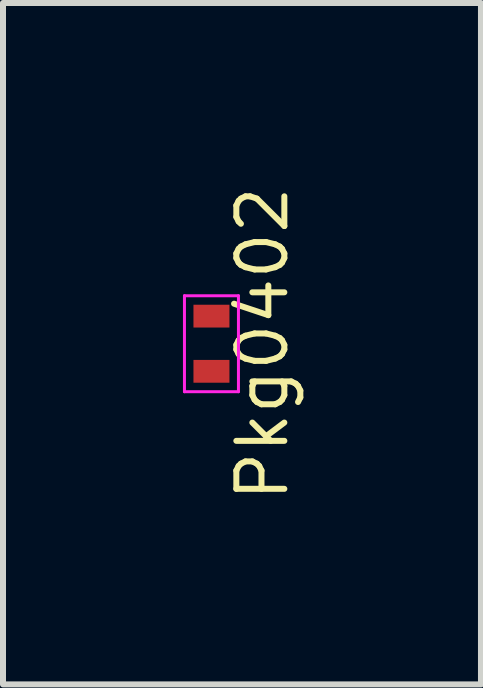
<source format=kicad_pcb>
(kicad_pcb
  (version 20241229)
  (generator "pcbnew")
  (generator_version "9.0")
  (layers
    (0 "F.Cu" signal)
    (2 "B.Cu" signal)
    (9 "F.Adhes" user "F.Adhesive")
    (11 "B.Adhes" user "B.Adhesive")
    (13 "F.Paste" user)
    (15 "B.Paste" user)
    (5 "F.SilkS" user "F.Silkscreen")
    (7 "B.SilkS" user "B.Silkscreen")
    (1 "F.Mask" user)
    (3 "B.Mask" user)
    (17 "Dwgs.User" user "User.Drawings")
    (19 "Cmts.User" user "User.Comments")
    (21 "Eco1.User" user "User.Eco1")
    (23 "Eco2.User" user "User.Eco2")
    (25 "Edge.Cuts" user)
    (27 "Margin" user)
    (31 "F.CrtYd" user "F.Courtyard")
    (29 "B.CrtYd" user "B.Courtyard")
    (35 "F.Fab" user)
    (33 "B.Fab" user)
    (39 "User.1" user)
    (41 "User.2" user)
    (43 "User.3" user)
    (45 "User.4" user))
  (footprint "Pkg0402"
    (layer "F.Cu")
    (at 0.475 2.68)
    (property "Reference" "Pkg0402" (at 0.85 0 90) (layer "F.SilkS") (effects (font (size 0.8 0.8) (thickness 0.1))))
    (fp_line (start -0.45 -0.8) (end -0.45 0.8) (stroke (width 0.05) (type solid)) (layer "F.CrtYd"))
    (fp_line (start -0.45 0.8) (end 0.45 0.8) (stroke (width 0.05) (type solid)) (layer "F.CrtYd"))
    (fp_line (start 0.45 -0.8) (end -0.45 -0.8) (stroke (width 0.05) (type solid)) (layer "F.CrtYd"))
    (fp_line (start 0.45 0.8) (end 0.45 -0.8) (stroke (width 0.05) (type solid)) (layer "F.CrtYd"))
    (pad "1" smd rect (at 0 -0.46) (size 0.6 0.38) (layers "F.Cu" "F.Paste"))
    (pad "2" smd rect (at 0 0.46) (size 0.6 0.38) (layers "F.Cu" "F.Paste")))
  (gr_rect
    (start -3 -3)
    (end 4.968 8.359)
    (stroke (width 0.1) (type default))
    (fill no)
    (layer "Edge.Cuts")))
</source>
